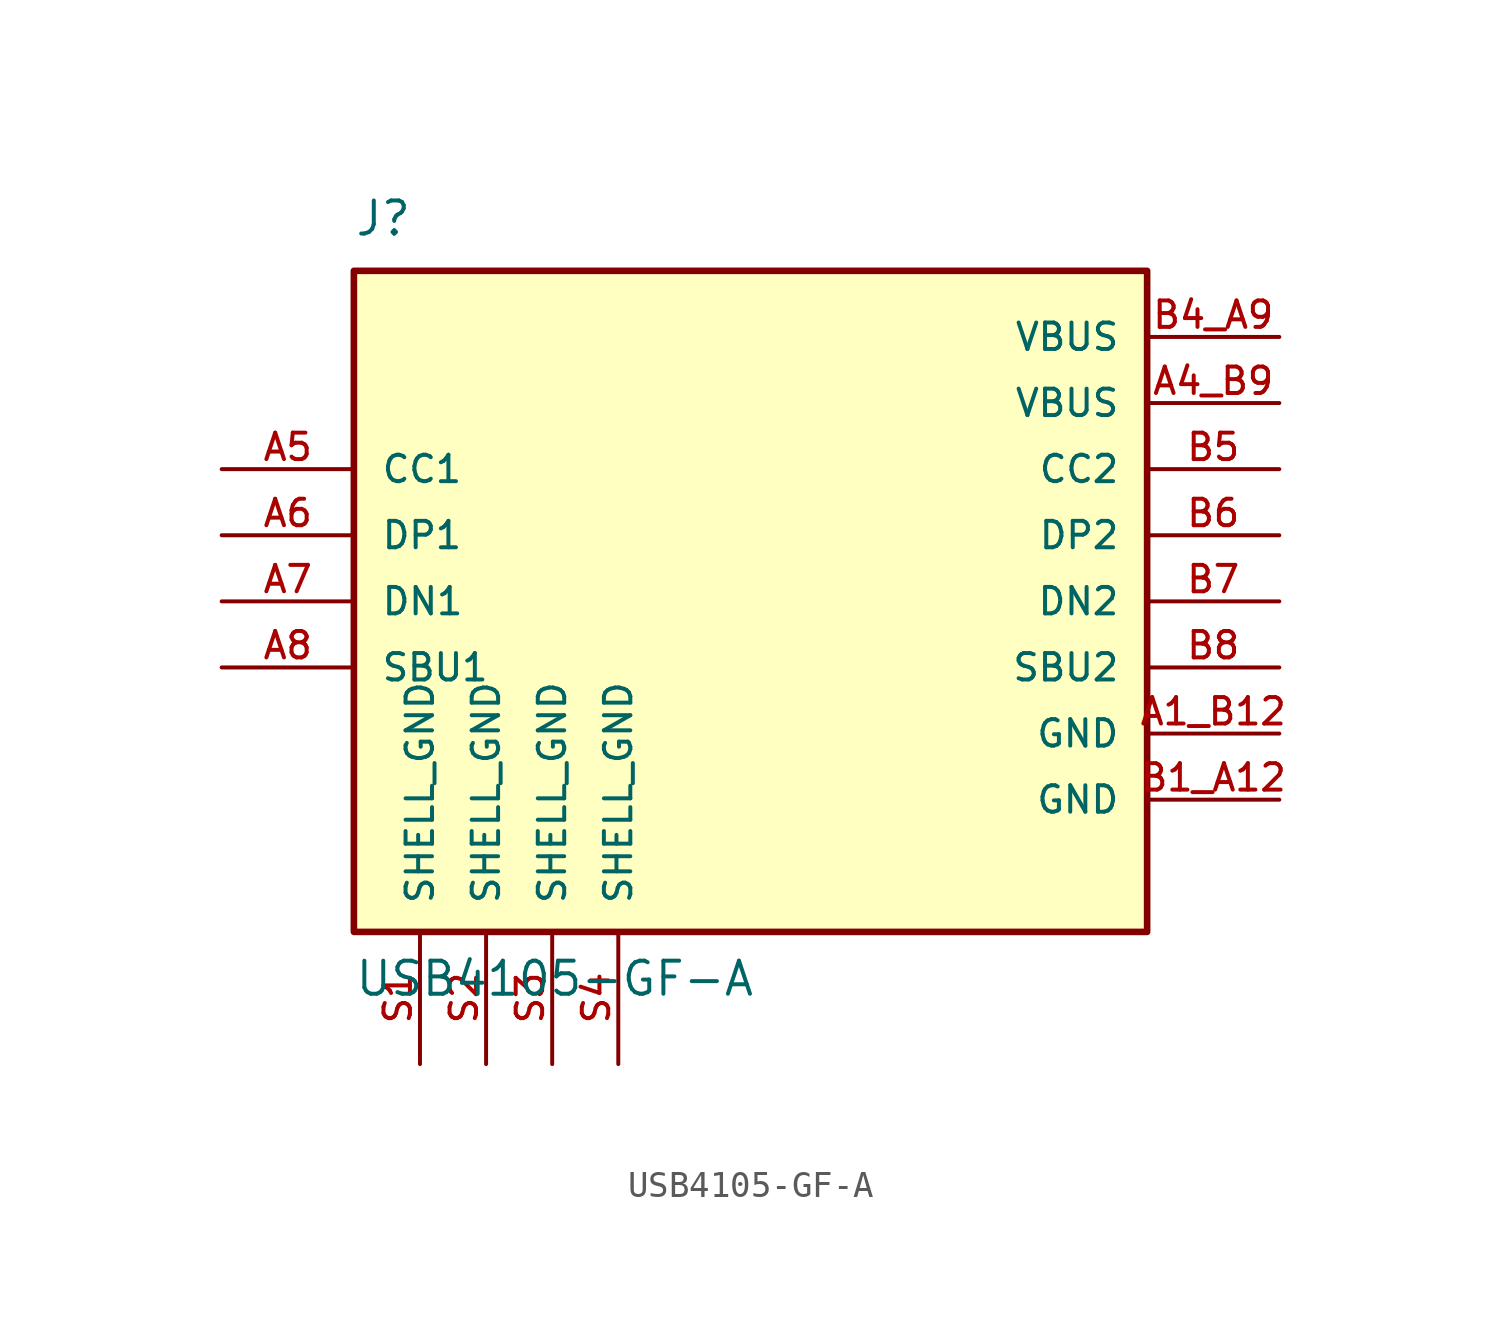
<source format=kicad_sym>
(kicad_symbol_lib
  (version 20220914)
  (generator kicad_symbol_editor)
  (symbol "USB4105-GF-A"
    (pin_names
      (offset 1.016))
    (property "Reference" "J"
      (at -15.24 13.97 0)
      (effects (font (size 1.27 1.27)) (justify left bottom)))
    (property "Value" "USB4105-GF-A"
      (at -15.24 -15.24 0)
      (effects (font (size 1.27 1.27)) (justify left bottom)))
    (symbol "USB4105-GF-A_0_0"
      (rectangle (start -15.24 -12.7) (end 15.24 12.7) (stroke (width 0.254) (type default)) (fill (type background)))
      (pin power_in line (at 20.32 -5.08 180) (length 5.08) (name "GND" (effects (font (size 1.016 1.016)))) (number "A1_B12" (effects (font (size 1.016 1.016)))))
      (pin power_in line (at 20.32 7.62 180) (length 5.08) (name "VBUS" (effects (font (size 1.016 1.016)))) (number "A4_B9" (effects (font (size 1.016 1.016)))))
      (pin bidirectional line (at -20.32 5.08 0) (length 5.08) (name "CC1" (effects (font (size 1.016 1.016)))) (number "A5" (effects (font (size 1.016 1.016)))))
      (pin bidirectional line (at -20.32 2.54 0) (length 5.08) (name "DP1" (effects (font (size 1.016 1.016)))) (number "A6" (effects (font (size 1.016 1.016)))))
      (pin bidirectional line (at -20.32 0 0) (length 5.08) (name "DN1" (effects (font (size 1.016 1.016)))) (number "A7" (effects (font (size 1.016 1.016)))))
      (pin bidirectional line (at -20.32 -2.54 0) (length 5.08) (name "SBU1" (effects (font (size 1.016 1.016)))) (number "A8" (effects (font (size 1.016 1.016)))))
      (pin power_in line (at 20.32 -7.62 180) (length 5.08) (name "GND" (effects (font (size 1.016 1.016)))) (number "B1_A12" (effects (font (size 1.016 1.016)))))
      (pin power_in line (at 20.32 10.16 180) (length 5.08) (name "VBUS" (effects (font (size 1.016 1.016)))) (number "B4_A9" (effects (font (size 1.016 1.016)))))
      (pin bidirectional line (at 20.32 5.08 180) (length 5.08) (name "CC2" (effects (font (size 1.016 1.016)))) (number "B5" (effects (font (size 1.016 1.016)))))
      (pin bidirectional line (at 20.32 2.54 180) (length 5.08) (name "DP2" (effects (font (size 1.016 1.016)))) (number "B6" (effects (font (size 1.016 1.016)))))
      (pin bidirectional line (at 20.32 0 180) (length 5.08) (name "DN2" (effects (font (size 1.016 1.016)))) (number "B7" (effects (font (size 1.016 1.016)))))
      (pin bidirectional line (at 20.32 -2.54 180) (length 5.08) (name "SBU2" (effects (font (size 1.016 1.016)))) (number "B8" (effects (font (size 1.016 1.016)))))
      (pin power_in line (at -12.7 -17.78 90) (length 5.08) (name "SHELL_GND" (effects (font (size 1.016 1.016)))) (number "S1" (effects (font (size 1.016 1.016)))))
      (pin power_in line (at -10.16 -17.78 90) (length 5.08) (name "SHELL_GND" (effects (font (size 1.016 1.016)))) (number "S2" (effects (font (size 1.016 1.016)))))
      (pin power_in line (at -7.62 -17.78 90) (length 5.08) (name "SHELL_GND" (effects (font (size 1.016 1.016)))) (number "S3" (effects (font (size 1.016 1.016)))))
      (pin power_in line (at -5.08 -17.78 90) (length 5.08) (name "SHELL_GND" (effects (font (size 1.016 1.016)))) (number "S4" (effects (font (size 1.016 1.016))))))))
</source>
